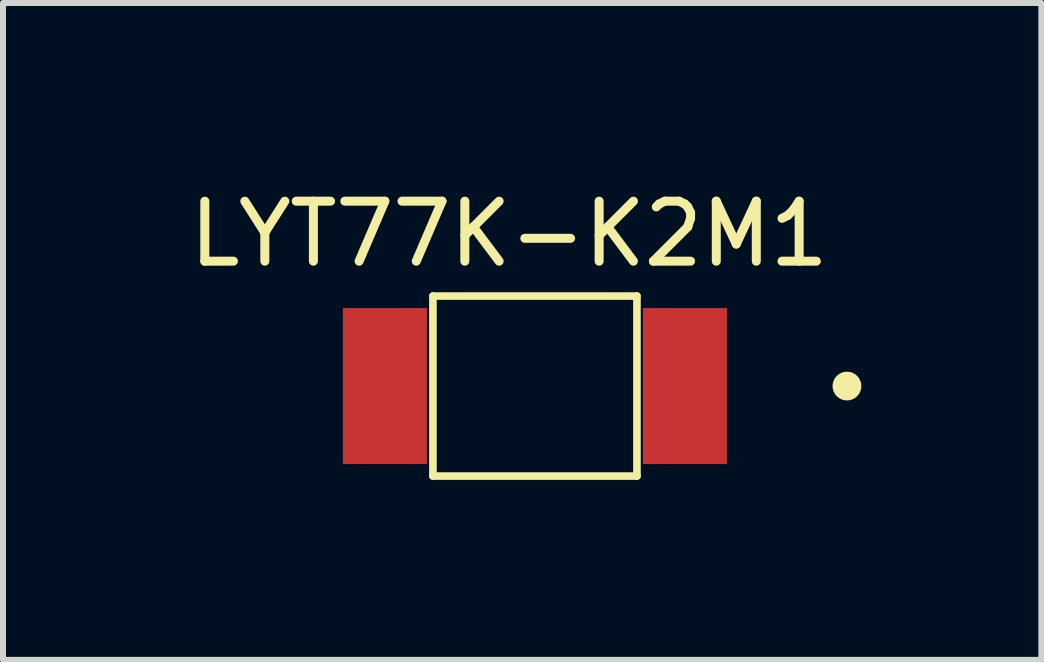
<source format=kicad_pcb>
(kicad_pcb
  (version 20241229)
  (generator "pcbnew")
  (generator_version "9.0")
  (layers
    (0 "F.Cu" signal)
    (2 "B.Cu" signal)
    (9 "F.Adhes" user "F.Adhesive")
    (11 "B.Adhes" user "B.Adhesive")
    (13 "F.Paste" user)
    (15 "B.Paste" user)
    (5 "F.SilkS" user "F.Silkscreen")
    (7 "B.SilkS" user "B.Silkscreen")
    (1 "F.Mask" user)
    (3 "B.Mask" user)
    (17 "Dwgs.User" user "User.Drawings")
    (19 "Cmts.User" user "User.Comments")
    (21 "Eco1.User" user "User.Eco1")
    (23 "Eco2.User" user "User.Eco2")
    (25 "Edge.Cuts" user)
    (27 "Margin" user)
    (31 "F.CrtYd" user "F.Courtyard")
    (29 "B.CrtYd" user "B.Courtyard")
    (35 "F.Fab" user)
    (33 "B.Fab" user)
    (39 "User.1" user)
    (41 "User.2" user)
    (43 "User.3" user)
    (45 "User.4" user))
  (footprint "LYT77K-K2M1"
    (layer "F.Cu")
    (at 5.865 3.384)
    (property "Reference" "LYT77K-K2M1" (at -0.43 -2.536 0) (layer "F.SilkS") (effects (font (size 1 1) (thickness 0.15))))
    (attr smd)
    (fp_line (start -1.7 -1.5) (end 1.7 -1.5) (stroke (width 0.127) (type solid)) (layer "F.SilkS"))
    (fp_line (start -1.7 1.5) (end -1.7 -1.5) (stroke (width 0.127) (type solid)) (layer "F.SilkS"))
    (fp_line (start 1.7 -1.5) (end 1.7 1.5) (stroke (width 0.127) (type solid)) (layer "F.SilkS"))
    (fp_line (start 1.7 1.5) (end -1.7 1.5) (stroke (width 0.127) (type solid)) (layer "F.SilkS"))
    (fp_circle (center 5.2 0) (end 5.32 0) (stroke (width 0.24) (type solid)) (fill no) (layer "F.SilkS"))
    (pad "1" smd rect (at -2.5 0) (size 1.4 2.6) (layers "F.Cu" "F.Mask" "F.Paste"))
    (pad "2" smd rect (at 2.5 0) (size 1.4 2.6) (layers "F.Cu" "F.Mask" "F.Paste")))
  (gr_rect
    (start -3 -3)
    (end 14.305 7.947)
    (stroke (width 0.1) (type default))
    (fill no)
    (layer "Edge.Cuts")))
</source>
